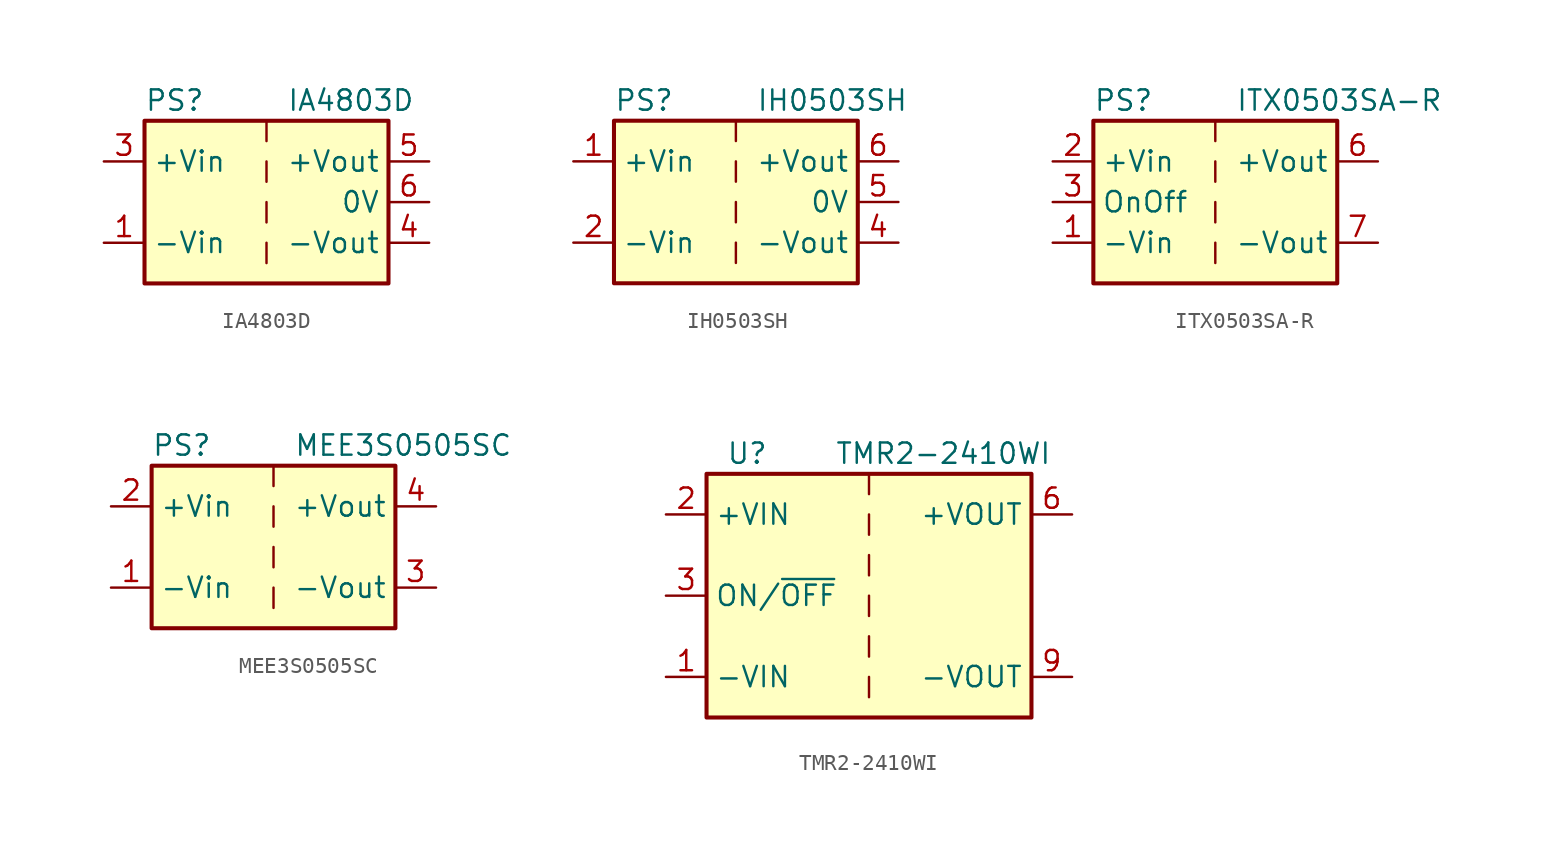
<source format=kicad_sym>
(kicad_symbol_lib
  (version 20200908)
  (generator kicad_symbol_editor)
  (symbol "Converter_DCDC:IA4803D"
    (property "Reference" "PS"
      (at -7.62 6.35 0)
      (effects (font (size 1.27 1.27)) (justify left)))
    (property "Value" "IA4803D"
      (at 1.27 6.35 0)
      (effects (font (size 1.27 1.27)) (justify left)))
    (symbol "IA4803D_0_1"
      (rectangle (start -7.62 5.08) (end 7.62 -5.08) (stroke (width 0.254)) (fill (type background)))
      (polyline (pts (xy 0 -2.54) (xy 0 -3.81)) (stroke (width 0)) (fill (type none)))
      (polyline (pts (xy 0 0) (xy 0 -1.27)) (stroke (width 0)) (fill (type none)))
      (polyline (pts (xy 0 2.54) (xy 0 1.27)) (stroke (width 0)) (fill (type none)))
      (polyline (pts (xy 0 5.08) (xy 0 3.81)) (stroke (width 0)) (fill (type none))))
    (symbol "IA4803D_0_0"
      (pin power_in line (at -10.16 -2.54 0) (length 2.54) (name "-Vin" (effects (font (size 1.27 1.27)))) (number "1" (effects (font (size 1.27 1.27)))))
      (pin power_in line (at -10.16 2.54 0) (length 2.54) (name "+Vin" (effects (font (size 1.27 1.27)))) (number "3" (effects (font (size 1.27 1.27)))))
      (pin power_out line (at 10.16 -2.54 180) (length 2.54) (name "-Vout" (effects (font (size 1.27 1.27)))) (number "4" (effects (font (size 1.27 1.27)))))
      (pin power_out line (at 10.16 2.54 180) (length 2.54) (name "+Vout" (effects (font (size 1.27 1.27)))) (number "5" (effects (font (size 1.27 1.27)))))
      (pin power_out line (at 10.16 0 180) (length 2.54) (name "0V" (effects (font (size 1.27 1.27)))) (number "6" (effects (font (size 1.27 1.27))))))
    (symbol "IA4803D_1_1"
      (pin unconnected line (at 0 -5.08 90) (length 2.54) hide (name "NC" (effects (font (size 1.27 1.27)))) (number "2" (effects (font (size 1.27 1.27)))))))
  (symbol "Converter_DCDC:IH0503SH"
    (property "Reference" "PS"
      (at -7.62 6.35 0)
      (effects (font (size 1.27 1.27)) (justify left)))
    (property "Value" "IH0503SH"
      (at 1.27 6.35 0)
      (effects (font (size 1.27 1.27)) (justify left)))
    (symbol "IH0503SH_0_1"
      (rectangle (start -7.62 5.08) (end 7.62 -5.08) (stroke (width 0.254)) (fill (type background)))
      (polyline (pts (xy 0 -2.54) (xy 0 -3.81)) (stroke (width 0)) (fill (type none)))
      (polyline (pts (xy 0 0) (xy 0 -1.27)) (stroke (width 0)) (fill (type none)))
      (polyline (pts (xy 0 2.54) (xy 0 1.27)) (stroke (width 0)) (fill (type none)))
      (polyline (pts (xy 0 5.08) (xy 0 3.81)) (stroke (width 0)) (fill (type none))))
    (symbol "IH0503SH_0_0"
      (pin power_in line (at -10.16 2.54 0) (length 2.54) (name "+Vin" (effects (font (size 1.27 1.27)))) (number "1" (effects (font (size 1.27 1.27)))))
      (pin power_in line (at -10.16 -2.54 0) (length 2.54) (name "-Vin" (effects (font (size 1.27 1.27)))) (number "2" (effects (font (size 1.27 1.27)))))
      (pin power_out line (at 10.16 -2.54 180) (length 2.54) (name "-Vout" (effects (font (size 1.27 1.27)))) (number "4" (effects (font (size 1.27 1.27)))))
      (pin power_out line (at 10.16 0 180) (length 2.54) (name "0V" (effects (font (size 1.27 1.27)))) (number "5" (effects (font (size 1.27 1.27)))))
      (pin power_out line (at 10.16 2.54 180) (length 2.54) (name "+Vout" (effects (font (size 1.27 1.27)))) (number "6" (effects (font (size 1.27 1.27)))))))
  (symbol "Converter_DCDC:ITX0503SA-R"
    (property "Reference" "PS"
      (at -7.62 6.35 0)
      (effects (font (size 1.27 1.27)) (justify left)))
    (property "Value" "ITX0503SA-R"
      (at 1.27 6.35 0)
      (effects (font (size 1.27 1.27)) (justify left)))
    (symbol "ITX0503SA-R_0_1"
      (rectangle (start -7.62 5.08) (end 7.62 -5.08) (stroke (width 0.254)) (fill (type background)))
      (polyline (pts (xy 0 -2.54) (xy 0 -3.81)) (stroke (width 0)) (fill (type none)))
      (polyline (pts (xy 0 0) (xy 0 -1.27)) (stroke (width 0)) (fill (type none)))
      (polyline (pts (xy 0 2.54) (xy 0 1.27)) (stroke (width 0)) (fill (type none)))
      (polyline (pts (xy 0 5.08) (xy 0 3.81)) (stroke (width 0)) (fill (type none))))
    (symbol "ITX0503SA-R_0_0"
      (pin power_in line (at -10.16 -2.54 0) (length 2.54) (name "-Vin" (effects (font (size 1.27 1.27)))) (number "1" (effects (font (size 1.27 1.27)))))
      (pin power_in line (at -10.16 2.54 0) (length 2.54) (name "+Vin" (effects (font (size 1.27 1.27)))) (number "2" (effects (font (size 1.27 1.27)))))
      (pin input line (at -10.16 0 0) (length 2.54) (name "OnOff" (effects (font (size 1.27 1.27)))) (number "3" (effects (font (size 1.27 1.27)))))
      (pin unconnected line (at 0 5.08 270) (length 2.54) hide (name "NC" (effects (font (size 1.27 1.27)))) (number "5" (effects (font (size 1.27 1.27)))))
      (pin power_out line (at 10.16 2.54 180) (length 2.54) (name "+Vout" (effects (font (size 1.27 1.27)))) (number "6" (effects (font (size 1.27 1.27)))))
      (pin power_out line (at 10.16 -2.54 180) (length 2.54) (name "-Vout" (effects (font (size 1.27 1.27)))) (number "7" (effects (font (size 1.27 1.27)))))
      (pin unconnected line (at 7.62 0 180) (length 2.54) hide (name "NC" (effects (font (size 1.27 1.27)))) (number "8" (effects (font (size 1.27 1.27)))))))
  (symbol "Converter_DCDC:MEE3S0505SC"
    (property "Reference" "PS"
      (at -7.62 6.35 0)
      (effects (font (size 1.27 1.27)) (justify left)))
    (property "Value" "MEE3S0505SC"
      (at 1.27 6.35 0)
      (effects (font (size 1.27 1.27)) (justify left)))
    (symbol "MEE3S0505SC_0_1"
      (rectangle (start -7.62 5.08) (end 7.62 -5.08) (stroke (width 0.254)) (fill (type background)))
      (polyline (pts (xy 0 -2.54) (xy 0 -3.81)) (stroke (width 0)) (fill (type none)))
      (polyline (pts (xy 0 0) (xy 0 -1.27)) (stroke (width 0)) (fill (type none)))
      (polyline (pts (xy 0 2.54) (xy 0 1.27)) (stroke (width 0)) (fill (type none)))
      (polyline (pts (xy 0 5.08) (xy 0 3.81)) (stroke (width 0)) (fill (type none))))
    (symbol "MEE3S0505SC_0_0"
      (pin power_in line (at -10.16 -2.54 0) (length 2.54) (name "-Vin" (effects (font (size 1.27 1.27)))) (number "1" (effects (font (size 1.27 1.27)))))
      (pin power_in line (at -10.16 2.54 0) (length 2.54) (name "+Vin" (effects (font (size 1.27 1.27)))) (number "2" (effects (font (size 1.27 1.27)))))
      (pin power_out line (at 10.16 -2.54 180) (length 2.54) (name "-Vout" (effects (font (size 1.27 1.27)))) (number "3" (effects (font (size 1.27 1.27)))))
      (pin power_out line (at 10.16 2.54 180) (length 2.54) (name "+Vout" (effects (font (size 1.27 1.27)))) (number "4" (effects (font (size 1.27 1.27)))))))
  (symbol "Converter_DCDC:TMR2-2410WI"
    (property "Reference" "U"
      (at -7.62 8.89 0)
      (effects (font (size 1.27 1.27))))
    (property "Value" "TMR2-2410WI"
      (at 11.43 8.89 0)
      (effects (font (size 1.27 1.27)) (justify right)))
    (symbol "TMR2-2410WI_0_1"
      (rectangle (start -10.16 7.62) (end 10.16 -7.62) (stroke (width 0.254)) (fill (type background)))
      (polyline (pts (xy 0 -5.08) (xy 0 -6.35)) (stroke (width 0)) (fill (type none)))
      (polyline (pts (xy 0 -2.54) (xy 0 -3.81)) (stroke (width 0)) (fill (type none)))
      (polyline (pts (xy 0 0) (xy 0 -1.27)) (stroke (width 0)) (fill (type none)))
      (polyline (pts (xy 0 2.54) (xy 0 1.27)) (stroke (width 0)) (fill (type none)))
      (polyline (pts (xy 0 5.08) (xy 0 3.81)) (stroke (width 0)) (fill (type none)))
      (polyline (pts (xy 0 7.62) (xy 0 6.35)) (stroke (width 0)) (fill (type none))))
    (symbol "TMR2-2410WI_1_1"
      (pin power_in line (at -12.7 -5.08 0) (length 2.54) (name "-VIN" (effects (font (size 1.27 1.27)))) (number "1" (effects (font (size 1.27 1.27)))))
      (pin power_in line (at -12.7 5.08 0) (length 2.54) (name "+VIN" (effects (font (size 1.27 1.27)))) (number "2" (effects (font (size 1.27 1.27)))))
      (pin input line (at -12.7 0 0) (length 2.54) (name "ON/~OFF" (effects (font (size 1.27 1.27)))) (number "3" (effects (font (size 1.27 1.27)))))
      (pin power_out line (at 12.7 5.08 180) (length 2.54) (name "+VOUT" (effects (font (size 1.27 1.27)))) (number "6" (effects (font (size 1.27 1.27)))))
      (pin unconnected line (at 10.16 2.54 180) (length 2.54) hide (name "NC" (effects (font (size 1.27 1.27)))) (number "7" (effects (font (size 1.27 1.27)))))
      (pin unconnected line (at 10.16 0 180) (length 2.54) hide (name "NC" (effects (font (size 1.27 1.27)))) (number "8" (effects (font (size 1.27 1.27)))))
      (pin power_out line (at 12.7 -5.08 180) (length 2.54) (name "-VOUT" (effects (font (size 1.27 1.27)))) (number "9" (effects (font (size 1.27 1.27))))))))
</source>
